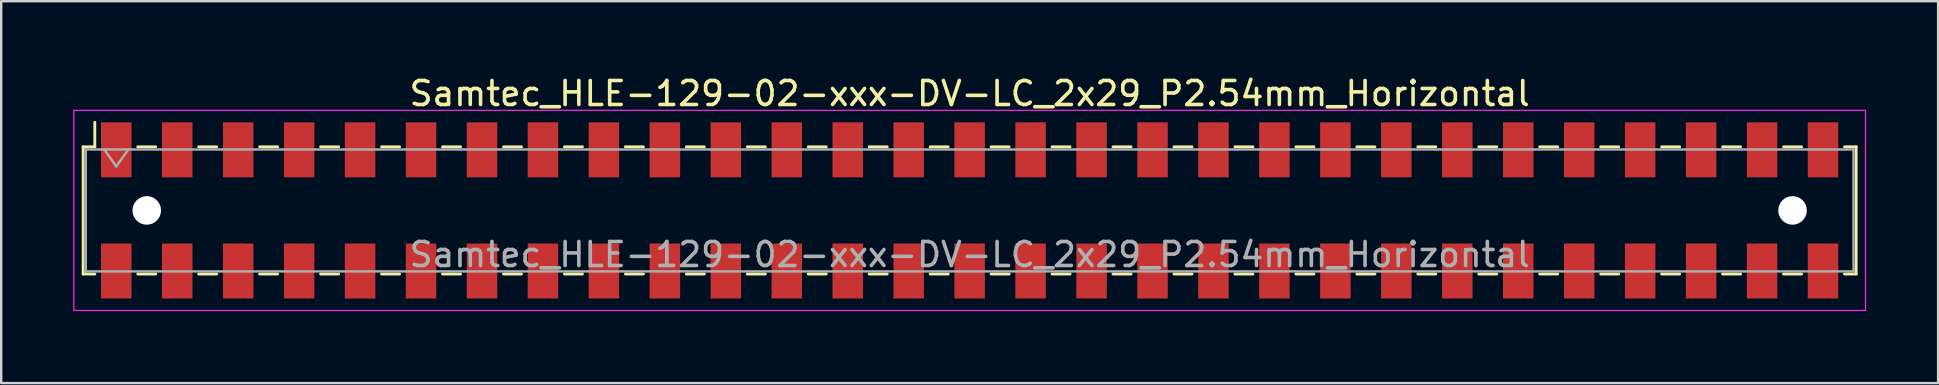
<source format=kicad_pcb>
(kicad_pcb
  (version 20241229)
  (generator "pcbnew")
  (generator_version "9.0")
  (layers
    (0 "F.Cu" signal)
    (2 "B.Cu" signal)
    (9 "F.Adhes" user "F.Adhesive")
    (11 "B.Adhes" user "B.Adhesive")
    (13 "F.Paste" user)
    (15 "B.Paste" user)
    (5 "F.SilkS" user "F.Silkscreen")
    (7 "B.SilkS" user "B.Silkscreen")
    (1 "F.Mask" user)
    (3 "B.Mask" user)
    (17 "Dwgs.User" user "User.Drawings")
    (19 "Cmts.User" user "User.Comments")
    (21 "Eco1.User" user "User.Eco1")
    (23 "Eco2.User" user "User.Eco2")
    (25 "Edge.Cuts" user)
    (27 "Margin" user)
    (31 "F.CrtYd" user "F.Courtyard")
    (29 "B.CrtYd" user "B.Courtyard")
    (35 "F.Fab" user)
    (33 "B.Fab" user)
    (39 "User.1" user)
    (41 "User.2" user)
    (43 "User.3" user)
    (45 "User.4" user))
  (footprint "Samtec_HLE-129-02-xxx-DV-LC_2x29_P2.54mm_Horizontal"
    (layer "F.Cu")
    (at 37.355 5.718)
    (property "Reference" "Samtec_HLE-129-02-xxx-DV-LC_2x29_P2.54mm_Horizontal" (at 0 -4.87 0) (layer "F.SilkS") (effects (font (size 1 1) (thickness 0.15))))
    (attr smd)
    (fp_line (start -36.94 -2.65) (end -36.94 2.65) (stroke (width 0.12) (type solid)) (layer "F.SilkS"))
    (fp_line (start -36.94 2.65) (end -36.455 2.65) (stroke (width 0.12) (type solid)) (layer "F.SilkS"))
    (fp_line (start -36.455 -3.67) (end -36.455 -2.65) (stroke (width 0.12) (type solid)) (layer "F.SilkS"))
    (fp_line (start -36.455 -2.65) (end -36.94 -2.65) (stroke (width 0.12) (type solid)) (layer "F.SilkS"))
    (fp_line (start -34.665 -2.65) (end -33.915 -2.65) (stroke (width 0.12) (type solid)) (layer "F.SilkS"))
    (fp_line (start -34.665 2.65) (end -33.915 2.65) (stroke (width 0.12) (type solid)) (layer "F.SilkS"))
    (fp_line (start -32.125 -2.65) (end -31.375 -2.65) (stroke (width 0.12) (type solid)) (layer "F.SilkS"))
    (fp_line (start -32.125 2.65) (end -31.375 2.65) (stroke (width 0.12) (type solid)) (layer "F.SilkS"))
    (fp_line (start -29.585 -2.65) (end -28.835 -2.65) (stroke (width 0.12) (type solid)) (layer "F.SilkS"))
    (fp_line (start -29.585 2.65) (end -28.835 2.65) (stroke (width 0.12) (type solid)) (layer "F.SilkS"))
    (fp_line (start -27.045 -2.65) (end -26.295 -2.65) (stroke (width 0.12) (type solid)) (layer "F.SilkS"))
    (fp_line (start -27.045 2.65) (end -26.295 2.65) (stroke (width 0.12) (type solid)) (layer "F.SilkS"))
    (fp_line (start -24.505 -2.65) (end -23.755 -2.65) (stroke (width 0.12) (type solid)) (layer "F.SilkS"))
    (fp_line (start -24.505 2.65) (end -23.755 2.65) (stroke (width 0.12) (type solid)) (layer "F.SilkS"))
    (fp_line (start -21.965 -2.65) (end -21.215 -2.65) (stroke (width 0.12) (type solid)) (layer "F.SilkS"))
    (fp_line (start -21.965 2.65) (end -21.215 2.65) (stroke (width 0.12) (type solid)) (layer "F.SilkS"))
    (fp_line (start -19.425 -2.65) (end -18.675 -2.65) (stroke (width 0.12) (type solid)) (layer "F.SilkS"))
    (fp_line (start -19.425 2.65) (end -18.675 2.65) (stroke (width 0.12) (type solid)) (layer "F.SilkS"))
    (fp_line (start -16.885 -2.65) (end -16.135 -2.65) (stroke (width 0.12) (type solid)) (layer "F.SilkS"))
    (fp_line (start -16.885 2.65) (end -16.135 2.65) (stroke (width 0.12) (type solid)) (layer "F.SilkS"))
    (fp_line (start -14.345 -2.65) (end -13.595 -2.65) (stroke (width 0.12) (type solid)) (layer "F.SilkS"))
    (fp_line (start -14.345 2.65) (end -13.595 2.65) (stroke (width 0.12) (type solid)) (layer "F.SilkS"))
    (fp_line (start -11.805 -2.65) (end -11.055 -2.65) (stroke (width 0.12) (type solid)) (layer "F.SilkS"))
    (fp_line (start -11.805 2.65) (end -11.055 2.65) (stroke (width 0.12) (type solid)) (layer "F.SilkS"))
    (fp_line (start -9.265 -2.65) (end -8.515 -2.65) (stroke (width 0.12) (type solid)) (layer "F.SilkS"))
    (fp_line (start -9.265 2.65) (end -8.515 2.65) (stroke (width 0.12) (type solid)) (layer "F.SilkS"))
    (fp_line (start -6.725 -2.65) (end -5.975 -2.65) (stroke (width 0.12) (type solid)) (layer "F.SilkS"))
    (fp_line (start -6.725 2.65) (end -5.975 2.65) (stroke (width 0.12) (type solid)) (layer "F.SilkS"))
    (fp_line (start -4.185 -2.65) (end -3.435 -2.65) (stroke (width 0.12) (type solid)) (layer "F.SilkS"))
    (fp_line (start -4.185 2.65) (end -3.435 2.65) (stroke (width 0.12) (type solid)) (layer "F.SilkS"))
    (fp_line (start -1.645 -2.65) (end -0.895 -2.65) (stroke (width 0.12) (type solid)) (layer "F.SilkS"))
    (fp_line (start -1.645 2.65) (end -0.895 2.65) (stroke (width 0.12) (type solid)) (layer "F.SilkS"))
    (fp_line (start 0.895 -2.65) (end 1.645 -2.65) (stroke (width 0.12) (type solid)) (layer "F.SilkS"))
    (fp_line (start 0.895 2.65) (end 1.645 2.65) (stroke (width 0.12) (type solid)) (layer "F.SilkS"))
    (fp_line (start 3.435 -2.65) (end 4.185 -2.65) (stroke (width 0.12) (type solid)) (layer "F.SilkS"))
    (fp_line (start 3.435 2.65) (end 4.185 2.65) (stroke (width 0.12) (type solid)) (layer "F.SilkS"))
    (fp_line (start 5.975 -2.65) (end 6.725 -2.65) (stroke (width 0.12) (type solid)) (layer "F.SilkS"))
    (fp_line (start 5.975 2.65) (end 6.725 2.65) (stroke (width 0.12) (type solid)) (layer "F.SilkS"))
    (fp_line (start 8.515 -2.65) (end 9.265 -2.65) (stroke (width 0.12) (type solid)) (layer "F.SilkS"))
    (fp_line (start 8.515 2.65) (end 9.265 2.65) (stroke (width 0.12) (type solid)) (layer "F.SilkS"))
    (fp_line (start 11.055 -2.65) (end 11.805 -2.65) (stroke (width 0.12) (type solid)) (layer "F.SilkS"))
    (fp_line (start 11.055 2.65) (end 11.805 2.65) (stroke (width 0.12) (type solid)) (layer "F.SilkS"))
    (fp_line (start 13.595 -2.65) (end 14.345 -2.65) (stroke (width 0.12) (type solid)) (layer "F.SilkS"))
    (fp_line (start 13.595 2.65) (end 14.345 2.65) (stroke (width 0.12) (type solid)) (layer "F.SilkS"))
    (fp_line (start 16.135 -2.65) (end 16.885 -2.65) (stroke (width 0.12) (type solid)) (layer "F.SilkS"))
    (fp_line (start 16.135 2.65) (end 16.885 2.65) (stroke (width 0.12) (type solid)) (layer "F.SilkS"))
    (fp_line (start 18.675 -2.65) (end 19.425 -2.65) (stroke (width 0.12) (type solid)) (layer "F.SilkS"))
    (fp_line (start 18.675 2.65) (end 19.425 2.65) (stroke (width 0.12) (type solid)) (layer "F.SilkS"))
    (fp_line (start 21.215 -2.65) (end 21.965 -2.65) (stroke (width 0.12) (type solid)) (layer "F.SilkS"))
    (fp_line (start 21.215 2.65) (end 21.965 2.65) (stroke (width 0.12) (type solid)) (layer "F.SilkS"))
    (fp_line (start 23.755 -2.65) (end 24.505 -2.65) (stroke (width 0.12) (type solid)) (layer "F.SilkS"))
    (fp_line (start 23.755 2.65) (end 24.505 2.65) (stroke (width 0.12) (type solid)) (layer "F.SilkS"))
    (fp_line (start 26.295 -2.65) (end 27.045 -2.65) (stroke (width 0.12) (type solid)) (layer "F.SilkS"))
    (fp_line (start 26.295 2.65) (end 27.045 2.65) (stroke (width 0.12) (type solid)) (layer "F.SilkS"))
    (fp_line (start 28.835 -2.65) (end 29.585 -2.65) (stroke (width 0.12) (type solid)) (layer "F.SilkS"))
    (fp_line (start 28.835 2.65) (end 29.585 2.65) (stroke (width 0.12) (type solid)) (layer "F.SilkS"))
    (fp_line (start 31.375 -2.65) (end 32.125 -2.65) (stroke (width 0.12) (type solid)) (layer "F.SilkS"))
    (fp_line (start 31.375 2.65) (end 32.125 2.65) (stroke (width 0.12) (type solid)) (layer "F.SilkS"))
    (fp_line (start 33.915 -2.65) (end 34.665 -2.65) (stroke (width 0.12) (type solid)) (layer "F.SilkS"))
    (fp_line (start 33.915 2.65) (end 34.665 2.65) (stroke (width 0.12) (type solid)) (layer "F.SilkS"))
    (fp_line (start 36.455 -2.65) (end 36.94 -2.65) (stroke (width 0.12) (type solid)) (layer "F.SilkS"))
    (fp_line (start 36.94 -2.65) (end 36.94 2.65) (stroke (width 0.12) (type solid)) (layer "F.SilkS"))
    (fp_line (start 36.94 2.65) (end 36.455 2.65) (stroke (width 0.12) (type solid)) (layer "F.SilkS"))
    (fp_line (start -37.33 -4.17) (end 37.33 -4.17) (stroke (width 0.05) (type solid)) (layer "F.CrtYd"))
    (fp_line (start -37.33 4.17) (end -37.33 -4.17) (stroke (width 0.05) (type solid)) (layer "F.CrtYd"))
    (fp_line (start 37.33 -4.17) (end 37.33 4.17) (stroke (width 0.05) (type solid)) (layer "F.CrtYd"))
    (fp_line (start 37.33 4.17) (end -37.33 4.17) (stroke (width 0.05) (type solid)) (layer "F.CrtYd"))
    (fp_line (start -36.83 -2.54) (end 36.83 -2.54) (stroke (width 0.1) (type solid)) (layer "F.Fab"))
    (fp_line (start -36.83 2.54) (end -36.83 -2.54) (stroke (width 0.1) (type solid)) (layer "F.Fab"))
    (fp_line (start -36.06 -2.54) (end -35.56 -1.833) (stroke (width 0.1) (type solid)) (layer "F.Fab"))
    (fp_line (start -35.56 -1.833) (end -35.06 -2.54) (stroke (width 0.1) (type solid)) (layer "F.Fab"))
    (fp_line (start 36.83 -2.54) (end 36.83 2.54) (stroke (width 0.1) (type solid)) (layer "F.Fab"))
    (fp_line (start 36.83 2.54) (end -36.83 2.54) (stroke (width 0.1) (type solid)) (layer "F.Fab"))
    (fp_text user "${REFERENCE}" (at 0 1.84 0) (layer "F.Fab") (effects (font (size 1 1) (thickness 0.15))))
    (pad "" np_thru_hole circle (at -34.29 0) (size 1.19 1.19) (drill 1.19) (layers "*.Cu" "*.Mask"))
    (pad "" np_thru_hole circle (at 34.29 0) (size 1.19 1.19) (drill 1.19) (layers "*.Cu" "*.Mask"))
    (pad "1" smd rect (at -35.56 -2.525) (size 1.27 2.29) (layers "F.Cu" "F.Mask" "F.Paste"))
    (pad "2" smd rect (at -35.56 2.525) (size 1.27 2.29) (layers "F.Cu" "F.Mask" "F.Paste"))
    (pad "3" smd rect (at -33.02 -2.525) (size 1.27 2.29) (layers "F.Cu" "F.Mask" "F.Paste"))
    (pad "4" smd rect (at -33.02 2.525) (size 1.27 2.29) (layers "F.Cu" "F.Mask" "F.Paste"))
    (pad "5" smd rect (at -30.48 -2.525) (size 1.27 2.29) (layers "F.Cu" "F.Mask" "F.Paste"))
    (pad "6" smd rect (at -30.48 2.525) (size 1.27 2.29) (layers "F.Cu" "F.Mask" "F.Paste"))
    (pad "7" smd rect (at -27.94 -2.525) (size 1.27 2.29) (layers "F.Cu" "F.Mask" "F.Paste"))
    (pad "8" smd rect (at -27.94 2.525) (size 1.27 2.29) (layers "F.Cu" "F.Mask" "F.Paste"))
    (pad "9" smd rect (at -25.4 -2.525) (size 1.27 2.29) (layers "F.Cu" "F.Mask" "F.Paste"))
    (pad "10" smd rect (at -25.4 2.525) (size 1.27 2.29) (layers "F.Cu" "F.Mask" "F.Paste"))
    (pad "11" smd rect (at -22.86 -2.525) (size 1.27 2.29) (layers "F.Cu" "F.Mask" "F.Paste"))
    (pad "12" smd rect (at -22.86 2.525) (size 1.27 2.29) (layers "F.Cu" "F.Mask" "F.Paste"))
    (pad "13" smd rect (at -20.32 -2.525) (size 1.27 2.29) (layers "F.Cu" "F.Mask" "F.Paste"))
    (pad "14" smd rect (at -20.32 2.525) (size 1.27 2.29) (layers "F.Cu" "F.Mask" "F.Paste"))
    (pad "15" smd rect (at -17.78 -2.525) (size 1.27 2.29) (layers "F.Cu" "F.Mask" "F.Paste"))
    (pad "16" smd rect (at -17.78 2.525) (size 1.27 2.29) (layers "F.Cu" "F.Mask" "F.Paste"))
    (pad "17" smd rect (at -15.24 -2.525) (size 1.27 2.29) (layers "F.Cu" "F.Mask" "F.Paste"))
    (pad "18" smd rect (at -15.24 2.525) (size 1.27 2.29) (layers "F.Cu" "F.Mask" "F.Paste"))
    (pad "19" smd rect (at -12.7 -2.525) (size 1.27 2.29) (layers "F.Cu" "F.Mask" "F.Paste"))
    (pad "20" smd rect (at -12.7 2.525) (size 1.27 2.29) (layers "F.Cu" "F.Mask" "F.Paste"))
    (pad "21" smd rect (at -10.16 -2.525) (size 1.27 2.29) (layers "F.Cu" "F.Mask" "F.Paste"))
    (pad "22" smd rect (at -10.16 2.525) (size 1.27 2.29) (layers "F.Cu" "F.Mask" "F.Paste"))
    (pad "23" smd rect (at -7.62 -2.525) (size 1.27 2.29) (layers "F.Cu" "F.Mask" "F.Paste"))
    (pad "24" smd rect (at -7.62 2.525) (size 1.27 2.29) (layers "F.Cu" "F.Mask" "F.Paste"))
    (pad "25" smd rect (at -5.08 -2.525) (size 1.27 2.29) (layers "F.Cu" "F.Mask" "F.Paste"))
    (pad "26" smd rect (at -5.08 2.525) (size 1.27 2.29) (layers "F.Cu" "F.Mask" "F.Paste"))
    (pad "27" smd rect (at -2.54 -2.525) (size 1.27 2.29) (layers "F.Cu" "F.Mask" "F.Paste"))
    (pad "28" smd rect (at -2.54 2.525) (size 1.27 2.29) (layers "F.Cu" "F.Mask" "F.Paste"))
    (pad "29" smd rect (at 0 -2.525) (size 1.27 2.29) (layers "F.Cu" "F.Mask" "F.Paste"))
    (pad "30" smd rect (at 0 2.525) (size 1.27 2.29) (layers "F.Cu" "F.Mask" "F.Paste"))
    (pad "31" smd rect (at 2.54 -2.525) (size 1.27 2.29) (layers "F.Cu" "F.Mask" "F.Paste"))
    (pad "32" smd rect (at 2.54 2.525) (size 1.27 2.29) (layers "F.Cu" "F.Mask" "F.Paste"))
    (pad "33" smd rect (at 5.08 -2.525) (size 1.27 2.29) (layers "F.Cu" "F.Mask" "F.Paste"))
    (pad "34" smd rect (at 5.08 2.525) (size 1.27 2.29) (layers "F.Cu" "F.Mask" "F.Paste"))
    (pad "35" smd rect (at 7.62 -2.525) (size 1.27 2.29) (layers "F.Cu" "F.Mask" "F.Paste"))
    (pad "36" smd rect (at 7.62 2.525) (size 1.27 2.29) (layers "F.Cu" "F.Mask" "F.Paste"))
    (pad "37" smd rect (at 10.16 -2.525) (size 1.27 2.29) (layers "F.Cu" "F.Mask" "F.Paste"))
    (pad "38" smd rect (at 10.16 2.525) (size 1.27 2.29) (layers "F.Cu" "F.Mask" "F.Paste"))
    (pad "39" smd rect (at 12.7 -2.525) (size 1.27 2.29) (layers "F.Cu" "F.Mask" "F.Paste"))
    (pad "40" smd rect (at 12.7 2.525) (size 1.27 2.29) (layers "F.Cu" "F.Mask" "F.Paste"))
    (pad "41" smd rect (at 15.24 -2.525) (size 1.27 2.29) (layers "F.Cu" "F.Mask" "F.Paste"))
    (pad "42" smd rect (at 15.24 2.525) (size 1.27 2.29) (layers "F.Cu" "F.Mask" "F.Paste"))
    (pad "43" smd rect (at 17.78 -2.525) (size 1.27 2.29) (layers "F.Cu" "F.Mask" "F.Paste"))
    (pad "44" smd rect (at 17.78 2.525) (size 1.27 2.29) (layers "F.Cu" "F.Mask" "F.Paste"))
    (pad "45" smd rect (at 20.32 -2.525) (size 1.27 2.29) (layers "F.Cu" "F.Mask" "F.Paste"))
    (pad "46" smd rect (at 20.32 2.525) (size 1.27 2.29) (layers "F.Cu" "F.Mask" "F.Paste"))
    (pad "47" smd rect (at 22.86 -2.525) (size 1.27 2.29) (layers "F.Cu" "F.Mask" "F.Paste"))
    (pad "48" smd rect (at 22.86 2.525) (size 1.27 2.29) (layers "F.Cu" "F.Mask" "F.Paste"))
    (pad "49" smd rect (at 25.4 -2.525) (size 1.27 2.29) (layers "F.Cu" "F.Mask" "F.Paste"))
    (pad "50" smd rect (at 25.4 2.525) (size 1.27 2.29) (layers "F.Cu" "F.Mask" "F.Paste"))
    (pad "51" smd rect (at 27.94 -2.525) (size 1.27 2.29) (layers "F.Cu" "F.Mask" "F.Paste"))
    (pad "52" smd rect (at 27.94 2.525) (size 1.27 2.29) (layers "F.Cu" "F.Mask" "F.Paste"))
    (pad "53" smd rect (at 30.48 -2.525) (size 1.27 2.29) (layers "F.Cu" "F.Mask" "F.Paste"))
    (pad "54" smd rect (at 30.48 2.525) (size 1.27 2.29) (layers "F.Cu" "F.Mask" "F.Paste"))
    (pad "55" smd rect (at 33.02 -2.525) (size 1.27 2.29) (layers "F.Cu" "F.Mask" "F.Paste"))
    (pad "56" smd rect (at 33.02 2.525) (size 1.27 2.29) (layers "F.Cu" "F.Mask" "F.Paste"))
    (pad "57" smd rect (at 35.56 -2.525) (size 1.27 2.29) (layers "F.Cu" "F.Mask" "F.Paste"))
    (pad "58" smd rect (at 35.56 2.525) (size 1.27 2.29) (layers "F.Cu" "F.Mask" "F.Paste")))
  (gr_rect
    (start -3 -3)
    (end 77.71 12.913)
    (stroke (width 0.1) (type default))
    (fill no)
    (layer "Edge.Cuts")))
</source>
